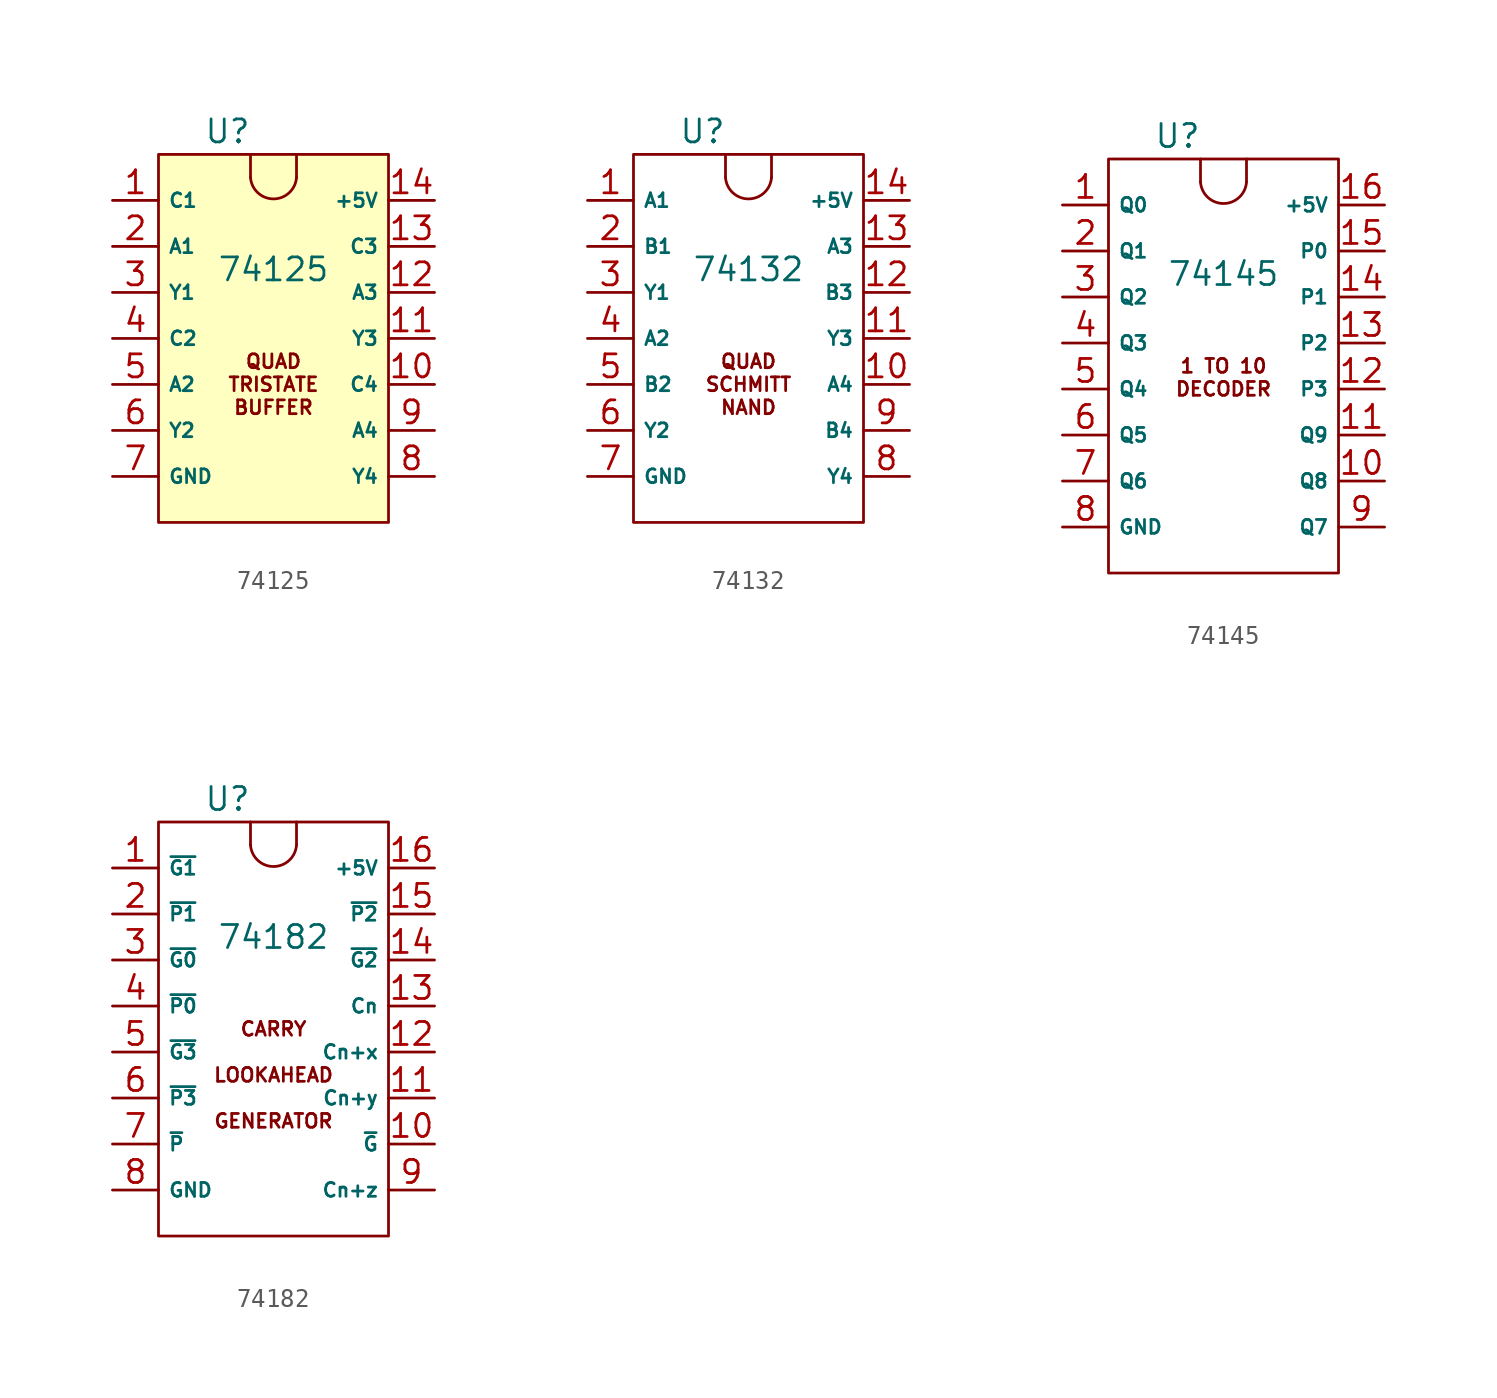
<source format=kicad_sym>
(kicad_symbol_lib
  (version 20211014)
  (generator kicad_symbol_editor)
  (symbol "74125"
    (property "Reference" "U"
      (at 6.35 26.67 0)
      (effects (font (size 1.27 1.27))))
    (property "Value" "74125"
      (at 8.89 19.05 0)
      (effects (font (size 1.27 1.27))))
    (symbol "74125_0_0"
      (text "BUFFER" (at 8.89 11.43 0) (effects (font (size 0.762 0.762))))
      (text "QUAD" (at 8.89 13.97 0) (effects (font (size 0.762 0.762))))
      (text "TRISTATE" (at 8.89 12.7 0) (effects (font (size 0.762 0.762)))))
    (symbol "74125_0_1"
      (polyline (pts (xy 7.62 25.4) (xy 7.62 24.13)) (stroke (width 0) (type default) (color 0 0 0 0)) (fill (type none)))
      (polyline (pts (xy 10.16 25.4) (xy 10.16 24.13)) (stroke (width 0) (type default) (color 0 0 0 0)) (fill (type none)))
      (rectangle (start 2.54 25.4) (end 15.24 5.08) (stroke (width 0) (type default) (color 0 0 0 0)) (fill (type background)))
      (arc (start 7.62 24.13) (mid 8.89 22.943) (end 10.16 24.13) (stroke (width 0) (type default) (color 0 0 0 0)) (fill (type none))))
    (symbol "74125_1_1"
      (pin input line (at 0 22.86 0) (length 2.54) (name "C1" (effects (font (size 0.762 0.762)))) (number "1" (effects (font (size 1.27 1.27)))))
      (pin input line (at 17.78 12.7 180) (length 2.54) (name "C4" (effects (font (size 0.762 0.762)))) (number "10" (effects (font (size 1.27 1.27)))))
      (pin tri_state line (at 17.78 15.24 180) (length 2.54) (name "Y3" (effects (font (size 0.762 0.762)))) (number "11" (effects (font (size 1.27 1.27)))))
      (pin input line (at 17.78 17.78 180) (length 2.54) (name "A3" (effects (font (size 0.762 0.762)))) (number "12" (effects (font (size 1.27 1.27)))))
      (pin input line (at 17.78 20.32 180) (length 2.54) (name "C3" (effects (font (size 0.762 0.762)))) (number "13" (effects (font (size 1.27 1.27)))))
      (pin power_in line (at 17.78 22.86 180) (length 2.54) (name "+5V" (effects (font (size 0.762 0.762)))) (number "14" (effects (font (size 1.27 1.27)))))
      (pin input line (at 0 20.32 0) (length 2.54) (name "A1" (effects (font (size 0.762 0.762)))) (number "2" (effects (font (size 1.27 1.27)))))
      (pin tri_state line (at 0 17.78 0) (length 2.54) (name "Y1" (effects (font (size 0.762 0.762)))) (number "3" (effects (font (size 1.27 1.27)))))
      (pin input line (at 0 15.24 0) (length 2.54) (name "C2" (effects (font (size 0.762 0.762)))) (number "4" (effects (font (size 1.27 1.27)))))
      (pin input line (at 0 12.7 0) (length 2.54) (name "A2" (effects (font (size 0.762 0.762)))) (number "5" (effects (font (size 1.27 1.27)))))
      (pin tri_state line (at 0 10.16 0) (length 2.54) (name "Y2" (effects (font (size 0.762 0.762)))) (number "6" (effects (font (size 1.27 1.27)))))
      (pin power_in line (at 0 7.62 0) (length 2.54) (name "GND" (effects (font (size 0.762 0.762)))) (number "7" (effects (font (size 1.27 1.27)))))
      (pin tri_state line (at 17.78 7.62 180) (length 2.54) (name "Y4" (effects (font (size 0.762 0.762)))) (number "8" (effects (font (size 1.27 1.27)))))
      (pin input line (at 17.78 10.16 180) (length 2.54) (name "A4" (effects (font (size 0.762 0.762)))) (number "9" (effects (font (size 1.27 1.27)))))))
  (symbol "74132"
    (property "Reference" "U"
      (at 6.35 26.67 0)
      (effects (font (size 1.27 1.27))))
    (property "Value" "74132"
      (at 8.89 19.05 0)
      (effects (font (size 1.27 1.27))))
    (symbol "74132_0_0"
      (text "NAND" (at 8.89 11.43 0) (effects (font (size 0.762 0.762))))
      (text "QUAD" (at 8.89 13.97 0) (effects (font (size 0.762 0.762))))
      (text "SCHMITT" (at 8.89 12.7 0) (effects (font (size 0.762 0.762)))))
    (symbol "74132_0_1"
      (polyline (pts (xy 7.62 25.4) (xy 7.62 24.13)) (stroke (width 0) (type default) (color 0 0 0 0)) (fill (type none)))
      (polyline (pts (xy 10.16 25.4) (xy 10.16 24.13)) (stroke (width 0) (type default) (color 0 0 0 0)) (fill (type none)))
      (rectangle (start 2.54 25.4) (end 15.24 5.08) (stroke (width 0) (type default) (color 0 0 0 0)) (fill (type none)))
      (arc (start 7.62 24.13) (mid 8.89 22.943) (end 10.16 24.13) (stroke (width 0) (type default) (color 0 0 0 0)) (fill (type none))))
    (symbol "74132_1_1"
      (pin input line (at 0 22.86 0) (length 2.54) (name "A1" (effects (font (size 0.762 0.762)))) (number "1" (effects (font (size 1.27 1.27)))))
      (pin input line (at 17.78 12.7 180) (length 2.54) (name "A4" (effects (font (size 0.762 0.762)))) (number "10" (effects (font (size 1.27 1.27)))))
      (pin output line (at 17.78 15.24 180) (length 2.54) (name "Y3" (effects (font (size 0.762 0.762)))) (number "11" (effects (font (size 1.27 1.27)))))
      (pin input line (at 17.78 17.78 180) (length 2.54) (name "B3" (effects (font (size 0.762 0.762)))) (number "12" (effects (font (size 1.27 1.27)))))
      (pin input line (at 17.78 20.32 180) (length 2.54) (name "A3" (effects (font (size 0.762 0.762)))) (number "13" (effects (font (size 1.27 1.27)))))
      (pin power_in line (at 17.78 22.86 180) (length 2.54) (name "+5V" (effects (font (size 0.762 0.762)))) (number "14" (effects (font (size 1.27 1.27)))))
      (pin input line (at 0 20.32 0) (length 2.54) (name "B1" (effects (font (size 0.762 0.762)))) (number "2" (effects (font (size 1.27 1.27)))))
      (pin output line (at 0 17.78 0) (length 2.54) (name "Y1" (effects (font (size 0.762 0.762)))) (number "3" (effects (font (size 1.27 1.27)))))
      (pin input line (at 0 15.24 0) (length 2.54) (name "A2" (effects (font (size 0.762 0.762)))) (number "4" (effects (font (size 1.27 1.27)))))
      (pin input line (at 0 12.7 0) (length 2.54) (name "B2" (effects (font (size 0.762 0.762)))) (number "5" (effects (font (size 1.27 1.27)))))
      (pin output line (at 0 10.16 0) (length 2.54) (name "Y2" (effects (font (size 0.762 0.762)))) (number "6" (effects (font (size 1.27 1.27)))))
      (pin power_in line (at 0 7.62 0) (length 2.54) (name "GND" (effects (font (size 0.762 0.762)))) (number "7" (effects (font (size 1.27 1.27)))))
      (pin output line (at 17.78 7.62 180) (length 2.54) (name "Y4" (effects (font (size 0.762 0.762)))) (number "8" (effects (font (size 1.27 1.27)))))
      (pin input line (at 17.78 10.16 180) (length 2.54) (name "B4" (effects (font (size 0.762 0.762)))) (number "9" (effects (font (size 1.27 1.27)))))))
  (symbol "74145"
    (property "Reference" "U"
      (at 6.35 26.67 0)
      (effects (font (size 1.27 1.27))))
    (property "Value" "74145"
      (at 8.89 19.05 0)
      (effects (font (size 1.27 1.27))))
    (symbol "74145_0_0"
      (rectangle (start 2.54 25.4) (end 15.24 2.54) (stroke (width 0) (type default) (color 0 0 0 0)) (fill (type none)))
      (text "1 TO 10" (at 8.89 13.97 0) (effects (font (size 0.762 0.762))))
      (text "DECODER" (at 8.89 12.7 0) (effects (font (size 0.762 0.762)))))
    (symbol "74145_0_1"
      (polyline (pts (xy 7.62 25.4) (xy 7.62 24.13)) (stroke (width 0) (type default) (color 0 0 0 0)) (fill (type none)))
      (polyline (pts (xy 10.16 25.4) (xy 10.16 24.13)) (stroke (width 0) (type default) (color 0 0 0 0)) (fill (type none)))
      (arc (start 7.62 24.13) (mid 8.89 22.943) (end 10.16 24.13) (stroke (width 0) (type default) (color 0 0 0 0)) (fill (type none))))
    (symbol "74145_1_1"
      (pin output line (at 0 22.86 0) (length 2.54) (name "Q0" (effects (font (size 0.762 0.762)))) (number "1" (effects (font (size 1.27 1.27)))))
      (pin output line (at 17.78 7.62 180) (length 2.54) (name "Q8" (effects (font (size 0.762 0.762)))) (number "10" (effects (font (size 1.27 1.27)))))
      (pin output line (at 17.78 10.16 180) (length 2.54) (name "Q9" (effects (font (size 0.762 0.762)))) (number "11" (effects (font (size 1.27 1.27)))))
      (pin input line (at 17.78 12.7 180) (length 2.54) (name "P3" (effects (font (size 0.762 0.762)))) (number "12" (effects (font (size 1.27 1.27)))))
      (pin input line (at 17.78 15.24 180) (length 2.54) (name "P2" (effects (font (size 0.762 0.762)))) (number "13" (effects (font (size 1.27 1.27)))))
      (pin input line (at 17.78 17.78 180) (length 2.54) (name "P1" (effects (font (size 0.762 0.762)))) (number "14" (effects (font (size 1.27 1.27)))))
      (pin input line (at 17.78 20.32 180) (length 2.54) (name "P0" (effects (font (size 0.762 0.762)))) (number "15" (effects (font (size 1.27 1.27)))))
      (pin power_in line (at 17.78 22.86 180) (length 2.54) (name "+5V" (effects (font (size 0.762 0.762)))) (number "16" (effects (font (size 1.27 1.27)))))
      (pin output line (at 0 20.32 0) (length 2.54) (name "Q1" (effects (font (size 0.762 0.762)))) (number "2" (effects (font (size 1.27 1.27)))))
      (pin output line (at 0 17.78 0) (length 2.54) (name "Q2" (effects (font (size 0.762 0.762)))) (number "3" (effects (font (size 1.27 1.27)))))
      (pin output line (at 0 15.24 0) (length 2.54) (name "Q3" (effects (font (size 0.762 0.762)))) (number "4" (effects (font (size 1.27 1.27)))))
      (pin output line (at 0 12.7 0) (length 2.54) (name "Q4" (effects (font (size 0.762 0.762)))) (number "5" (effects (font (size 1.27 1.27)))))
      (pin output line (at 0 10.16 0) (length 2.54) (name "Q5" (effects (font (size 0.762 0.762)))) (number "6" (effects (font (size 1.27 1.27)))))
      (pin output line (at 0 7.62 0) (length 2.54) (name "Q6" (effects (font (size 0.762 0.762)))) (number "7" (effects (font (size 1.27 1.27)))))
      (pin power_in line (at 0 5.08 0) (length 2.54) (name "GND" (effects (font (size 0.762 0.762)))) (number "8" (effects (font (size 1.27 1.27)))))
      (pin output line (at 17.78 5.08 180) (length 2.54) (name "Q7" (effects (font (size 0.762 0.762)))) (number "9" (effects (font (size 1.27 1.27)))))))
  (symbol "74182"
    (property "Reference" "U"
      (at 6.35 26.67 0)
      (effects (font (size 1.27 1.27))))
    (property "Value" "74182"
      (at 8.89 19.05 0)
      (effects (font (size 1.27 1.27))))
    (symbol "74182_0_0"
      (rectangle (start 2.54 25.4) (end 15.24 2.54) (stroke (width 0) (type default) (color 0 0 0 0)) (fill (type none)))
      (text "CARRY" (at 8.89 13.97 0) (effects (font (size 0.762 0.762))))
      (text "GENERATOR" (at 8.89 8.89 0) (effects (font (size 0.762 0.762))))
      (text "LOOKAHEAD" (at 8.89 11.43 0) (effects (font (size 0.762 0.762)))))
    (symbol "74182_0_1"
      (polyline (pts (xy 7.62 25.4) (xy 7.62 24.13)) (stroke (width 0) (type default) (color 0 0 0 0)) (fill (type none)))
      (polyline (pts (xy 10.16 25.4) (xy 10.16 24.13)) (stroke (width 0) (type default) (color 0 0 0 0)) (fill (type none)))
      (arc (start 7.62 24.13) (mid 8.89 22.943) (end 10.16 24.13) (stroke (width 0) (type default) (color 0 0 0 0)) (fill (type none))))
    (symbol "74182_1_1"
      (pin input line (at 0 22.86 0) (length 2.54) (name "~{G1}" (effects (font (size 0.762 0.762)))) (number "1" (effects (font (size 1.27 1.27)))))
      (pin output line (at 17.78 7.62 180) (length 2.54) (name "~{G}" (effects (font (size 0.762 0.762)))) (number "10" (effects (font (size 1.27 1.27)))))
      (pin output line (at 17.78 10.16 180) (length 2.54) (name "Cn+y" (effects (font (size 0.762 0.762)))) (number "11" (effects (font (size 1.27 1.27)))))
      (pin output line (at 17.78 12.7 180) (length 2.54) (name "Cn+x" (effects (font (size 0.762 0.762)))) (number "12" (effects (font (size 1.27 1.27)))))
      (pin input line (at 17.78 15.24 180) (length 2.54) (name "Cn" (effects (font (size 0.762 0.762)))) (number "13" (effects (font (size 1.27 1.27)))))
      (pin input line (at 17.78 17.78 180) (length 2.54) (name "~{G2}" (effects (font (size 0.762 0.762)))) (number "14" (effects (font (size 1.27 1.27)))))
      (pin input line (at 17.78 20.32 180) (length 2.54) (name "~{P2}" (effects (font (size 0.762 0.762)))) (number "15" (effects (font (size 1.27 1.27)))))
      (pin power_in line (at 17.78 22.86 180) (length 2.54) (name "+5V" (effects (font (size 0.762 0.762)))) (number "16" (effects (font (size 1.27 1.27)))))
      (pin input line (at 0 20.32 0) (length 2.54) (name "~{P1}" (effects (font (size 0.762 0.762)))) (number "2" (effects (font (size 1.27 1.27)))))
      (pin input line (at 0 17.78 0) (length 2.54) (name "~{G0}" (effects (font (size 0.762 0.762)))) (number "3" (effects (font (size 1.27 1.27)))))
      (pin input line (at 0 15.24 0) (length 2.54) (name "~{P0}" (effects (font (size 0.762 0.762)))) (number "4" (effects (font (size 1.27 1.27)))))
      (pin input line (at 0 12.7 0) (length 2.54) (name "~{G3}" (effects (font (size 0.762 0.762)))) (number "5" (effects (font (size 1.27 1.27)))))
      (pin input line (at 0 10.16 0) (length 2.54) (name "~{P3}" (effects (font (size 0.762 0.762)))) (number "6" (effects (font (size 1.27 1.27)))))
      (pin output line (at 0 7.62 0) (length 2.54) (name "~{P}" (effects (font (size 0.762 0.762)))) (number "7" (effects (font (size 1.27 1.27)))))
      (pin power_in line (at 0 5.08 0) (length 2.54) (name "GND" (effects (font (size 0.762 0.762)))) (number "8" (effects (font (size 1.27 1.27)))))
      (pin output line (at 17.78 5.08 180) (length 2.54) (name "Cn+z" (effects (font (size 0.762 0.762)))) (number "9" (effects (font (size 1.27 1.27))))))))
</source>
